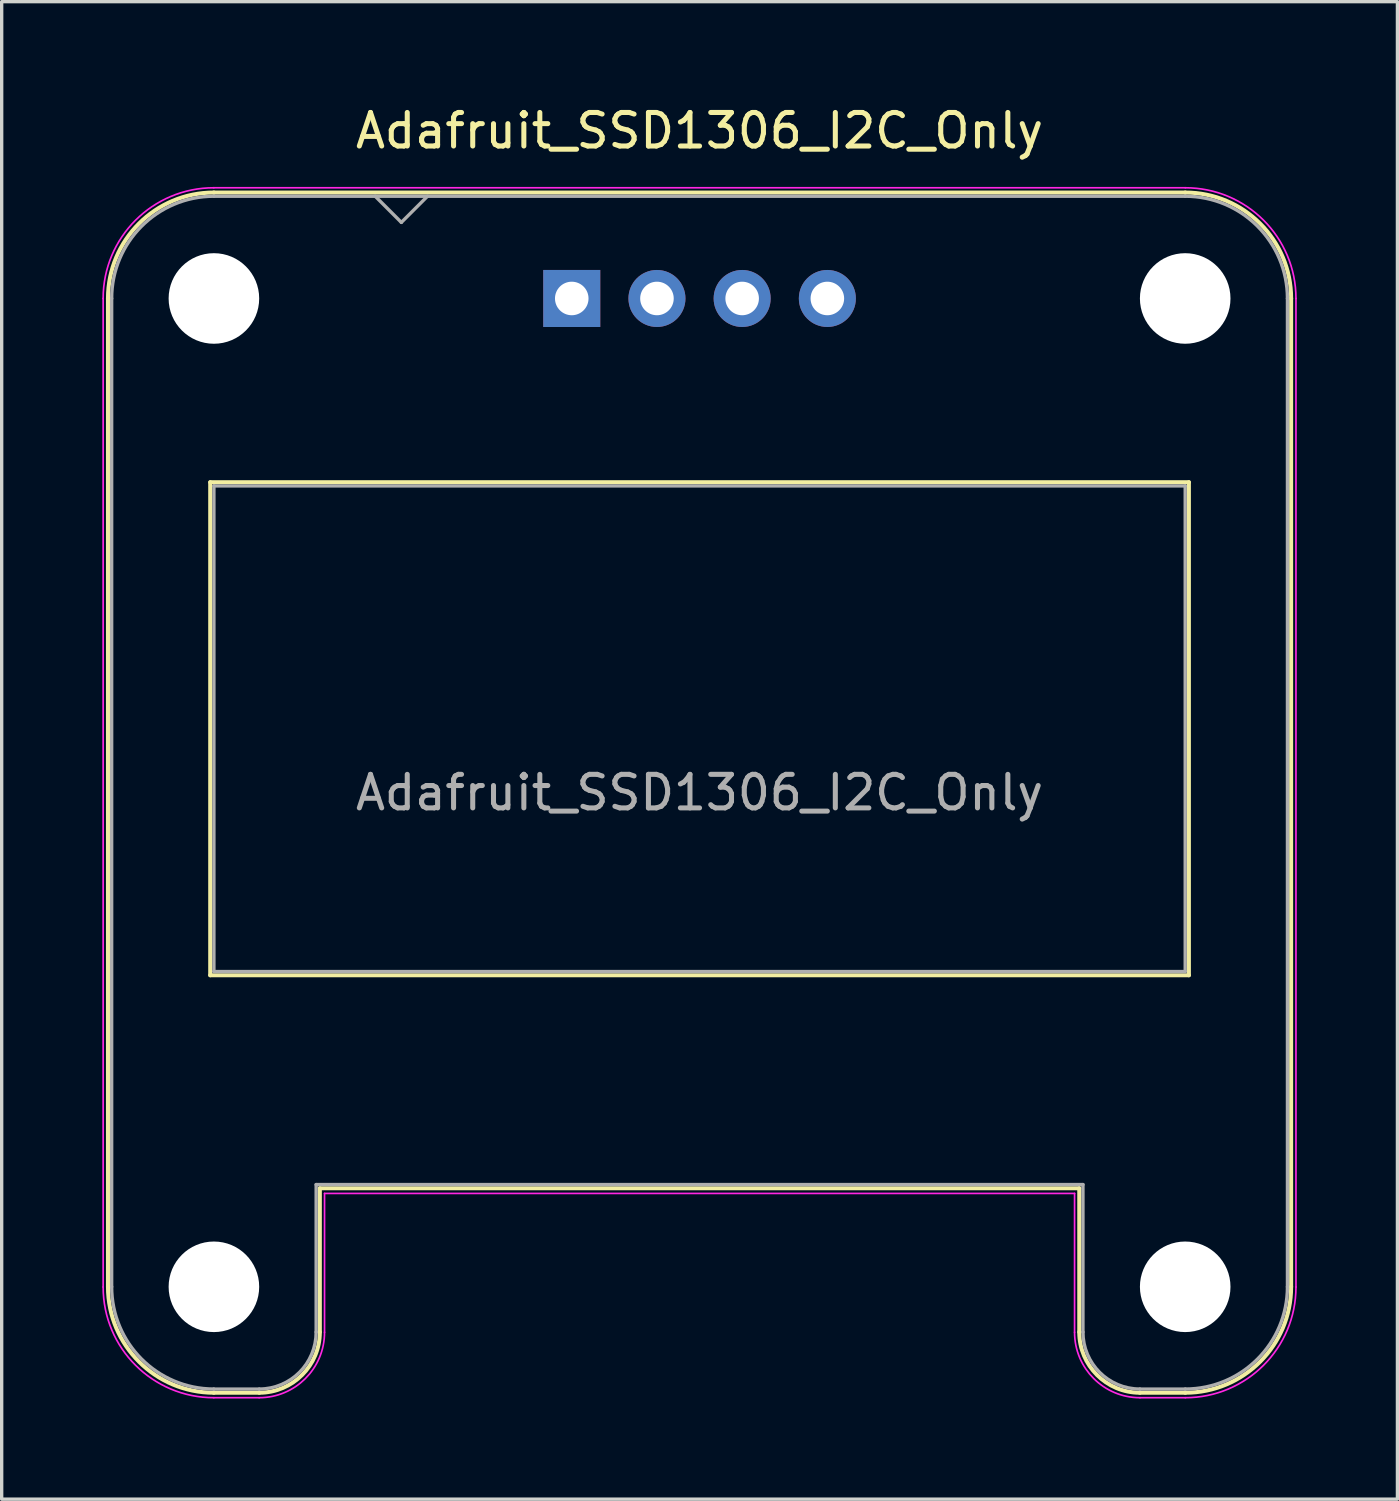
<source format=kicad_pcb>
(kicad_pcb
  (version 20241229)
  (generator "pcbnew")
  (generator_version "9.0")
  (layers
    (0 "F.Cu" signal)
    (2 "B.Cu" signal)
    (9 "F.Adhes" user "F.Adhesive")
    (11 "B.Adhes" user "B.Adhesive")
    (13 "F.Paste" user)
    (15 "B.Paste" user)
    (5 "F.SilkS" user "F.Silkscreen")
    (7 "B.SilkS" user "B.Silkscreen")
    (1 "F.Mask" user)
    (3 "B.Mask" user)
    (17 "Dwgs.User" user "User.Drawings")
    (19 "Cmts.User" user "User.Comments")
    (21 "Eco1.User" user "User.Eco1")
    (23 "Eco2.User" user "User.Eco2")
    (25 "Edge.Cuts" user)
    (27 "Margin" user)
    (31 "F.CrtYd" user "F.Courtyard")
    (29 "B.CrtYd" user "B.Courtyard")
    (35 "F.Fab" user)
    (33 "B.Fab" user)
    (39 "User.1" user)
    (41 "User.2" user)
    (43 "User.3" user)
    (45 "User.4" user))
  (footprint "Adafruit_SSD1306_I2C_Only"
    (layer "F.Cu")
    (at 8.915 5.848)
    (property "Reference" "Adafruit_SSD1306_I2C_Only" (at 8.89 -5 0) (layer "F.SilkS") (effects (font (size 1 1) (thickness 0.15))))
    (attr through_hole)
    (fp_line (start -8.746 0) (end -8.746 29.464) (stroke (width 0.12) (type solid)) (layer "F.SilkS"))
    (fp_line (start -5.698 5.478) (end -5.698 20.176) (stroke (width 0.12) (type solid)) (layer "F.SilkS"))
    (fp_line (start -5.698 5.478) (end 23.478 5.478) (stroke (width 0.12) (type solid)) (layer "F.SilkS"))
    (fp_line (start -5.698 20.176) (end 23.478 20.176) (stroke (width 0.12) (type solid)) (layer "F.SilkS"))
    (fp_line (start -4.238 32.622) (end -5.59 32.622) (stroke (width 0.12) (type solid)) (layer "F.SilkS"))
    (fp_line (start -2.43 26.526) (end -2.43 30.814) (stroke (width 0.12) (type solid)) (layer "F.SilkS"))
    (fp_line (start -2.43 26.526) (end 20.21 26.526) (stroke (width 0.12) (type solid)) (layer "F.SilkS"))
    (fp_line (start 20.21 26.526) (end 20.21 30.814) (stroke (width 0.12) (type solid)) (layer "F.SilkS"))
    (fp_line (start 22.018 32.622) (end 23.37 32.622) (stroke (width 0.12) (type solid)) (layer "F.SilkS"))
    (fp_line (start 23.368 -3.158) (end -5.588 -3.158) (stroke (width 0.12) (type solid)) (layer "F.SilkS"))
    (fp_line (start 23.478 5.478) (end 23.478 20.176) (stroke (width 0.12) (type solid)) (layer "F.SilkS"))
    (fp_line (start 26.526 0) (end 26.526 29.464) (stroke (width 0.12) (type solid)) (layer "F.SilkS"))
    (fp_arc (start -8.746 0) (mid -7.821043 -2.233043) (end -5.588 -3.158) (stroke (width 0.12) (type solid)) (layer "F.SilkS"))
    (fp_arc (start -5.588 32.622) (mid -7.821043 31.697043) (end -8.746 29.464) (stroke (width 0.12) (type solid)) (layer "F.SilkS"))
    (fp_arc (start -2.43 30.812) (mid -2.958137 32.091035) (end -4.236 32.622) (stroke (width 0.12) (type solid)) (layer "F.SilkS"))
    (fp_arc (start 22.016 32.622) (mid 20.738137 32.091035) (end 20.21 30.812) (stroke (width 0.12) (type solid)) (layer "F.SilkS"))
    (fp_arc (start 23.368 -3.158) (mid 25.601043 -2.233043) (end 26.526 0) (stroke (width 0.12) (type solid)) (layer "F.SilkS"))
    (fp_arc (start 26.526 29.464) (mid 25.601043 31.697043) (end 23.368 32.622) (stroke (width 0.12) (type solid)) (layer "F.SilkS"))
    (fp_line (start -8.89 0) (end -8.89 29.47) (stroke (width 0.05) (type solid)) (layer "F.CrtYd"))
    (fp_line (start -4.24 32.77) (end -5.59 32.77) (stroke (width 0.05) (type solid)) (layer "F.CrtYd"))
    (fp_line (start -2.29 26.68) (end -2.29 30.82) (stroke (width 0.05) (type solid)) (layer "F.CrtYd"))
    (fp_line (start -2.29 26.68) (end 20.07 26.68) (stroke (width 0.05) (type solid)) (layer "F.CrtYd"))
    (fp_line (start 20.07 26.68) (end 20.07 30.82) (stroke (width 0.05) (type solid)) (layer "F.CrtYd"))
    (fp_line (start 22.02 32.77) (end 23.37 32.77) (stroke (width 0.05) (type solid)) (layer "F.CrtYd"))
    (fp_line (start 23.37 -3.3) (end -5.59 -3.3) (stroke (width 0.05) (type solid)) (layer "F.CrtYd"))
    (fp_line (start 26.67 0) (end 26.67 29.47) (stroke (width 0.05) (type solid)) (layer "F.CrtYd"))
    (fp_arc (start -8.89 0) (mid -7.923452 -2.333452) (end -5.59 -3.3) (stroke (width 0.05) (type solid)) (layer "F.CrtYd"))
    (fp_arc (start -5.59 32.77) (mid -7.923452 31.803452) (end -8.89 29.47) (stroke (width 0.05) (type solid)) (layer "F.CrtYd"))
    (fp_arc (start -2.29 30.82) (mid -2.861142 32.198858) (end -4.24 32.77) (stroke (width 0.05) (type solid)) (layer "F.CrtYd"))
    (fp_arc (start 22.02 32.77) (mid 20.641142 32.198858) (end 20.07 30.82) (stroke (width 0.05) (type solid)) (layer "F.CrtYd"))
    (fp_arc (start 23.37 -3.3) (mid 25.703452 -2.333452) (end 26.67 0) (stroke (width 0.05) (type solid)) (layer "F.CrtYd"))
    (fp_arc (start 26.67 29.47) (mid 25.703452 31.803452) (end 23.37 32.77) (stroke (width 0.05) (type solid)) (layer "F.CrtYd"))
    (fp_line (start -8.636 0) (end -8.636 29.464) (stroke (width 0.1) (type solid)) (layer "F.Fab"))
    (fp_line (start -5.588 5.588) (end -5.588 20.066) (stroke (width 0.1) (type solid)) (layer "F.Fab"))
    (fp_line (start -5.588 5.588) (end 23.368 5.588) (stroke (width 0.1) (type solid)) (layer "F.Fab"))
    (fp_line (start -5.588 20.066) (end 23.368 20.066) (stroke (width 0.1) (type solid)) (layer "F.Fab"))
    (fp_line (start -4.238 32.512) (end -5.59 32.512) (stroke (width 0.1) (type solid)) (layer "F.Fab"))
    (fp_line (start -2.54 26.416) (end -2.54 30.814) (stroke (width 0.1) (type solid)) (layer "F.Fab"))
    (fp_line (start -2.54 26.416) (end 20.32 26.416) (stroke (width 0.1) (type solid)) (layer "F.Fab"))
    (fp_line (start -0.78 -3.048) (end 0 -2.268) (stroke (width 0.1) (type solid)) (layer "F.Fab"))
    (fp_line (start 0 -2.268) (end 0.78 -3.048) (stroke (width 0.1) (type solid)) (layer "F.Fab"))
    (fp_line (start 20.32 26.416) (end 20.32 30.814) (stroke (width 0.1) (type solid)) (layer "F.Fab"))
    (fp_line (start 22.018 32.512) (end 23.37 32.512) (stroke (width 0.1) (type solid)) (layer "F.Fab"))
    (fp_line (start 23.368 -3.048) (end -5.588 -3.048) (stroke (width 0.1) (type solid)) (layer "F.Fab"))
    (fp_line (start 23.368 5.588) (end 23.368 20.066) (stroke (width 0.1) (type solid)) (layer "F.Fab"))
    (fp_line (start 26.416 0) (end 26.416 29.464) (stroke (width 0.1) (type solid)) (layer "F.Fab"))
    (fp_arc (start -8.636 0.002) (mid -7.744676 -2.153847) (end -5.59 -3.048) (stroke (width 0.1) (type solid)) (layer "F.Fab"))
    (fp_arc (start -5.59 32.512) (mid -7.744676 31.617847) (end -8.636 29.462) (stroke (width 0.1) (type solid)) (layer "F.Fab"))
    (fp_arc (start -2.54 30.812) (mid -3.035918 32.013253) (end -4.236 32.512) (stroke (width 0.1) (type solid)) (layer "F.Fab"))
    (fp_arc (start 22.016 32.512) (mid 20.815918 32.013253) (end 20.32 30.812) (stroke (width 0.1) (type solid)) (layer "F.Fab"))
    (fp_arc (start 23.368 -3.048) (mid 25.523261 -2.155261) (end 26.416 0) (stroke (width 0.1) (type solid)) (layer "F.Fab"))
    (fp_arc (start 26.416 29.464) (mid 25.523261 31.619261) (end 23.368 32.512) (stroke (width 0.1) (type solid)) (layer "F.Fab"))
    (fp_text user "${REFERENCE}" (at 8.89 14.732 0) (layer "F.Fab") (effects (font (size 1 1) (thickness 0.15))))
    (pad "" np_thru_hole circle (at -5.588 0) (size 2.7 2.7) (drill 2.7) (layers "*.Cu" "*.Mask"))
    (pad "" np_thru_hole circle (at -5.588 29.464) (size 2.7 2.7) (drill 2.7) (layers "*.Cu" "*.Mask"))
    (pad "" np_thru_hole circle (at 23.368 0) (size 2.7 2.7) (drill 2.7) (layers "*.Cu" "*.Mask"))
    (pad "" np_thru_hole circle (at 23.368 29.464) (size 2.7 2.7) (drill 2.7) (layers "*.Cu" "*.Mask"))
    (pad "1" thru_hole rect (at 5.08 0) (size 1.7 1.7) (drill 1) (layers "*.Cu" "*.Mask"))
    (pad "2" thru_hole circle (at 7.62 0) (size 1.7 1.7) (drill 1) (layers "*.Cu" "*.Mask"))
    (pad "3" thru_hole circle (at 10.16 0) (size 1.7 1.7) (drill 1) (layers "*.Cu" "*.Mask"))
    (pad "4" thru_hole circle (at 12.7 0) (size 1.7 1.7) (drill 1) (layers "*.Cu" "*.Mask")))
  (gr_rect
    (start -3 -3)
    (end 38.61 41.643)
    (stroke (width 0.1) (type default))
    (fill no)
    (layer "Edge.Cuts")))
</source>
